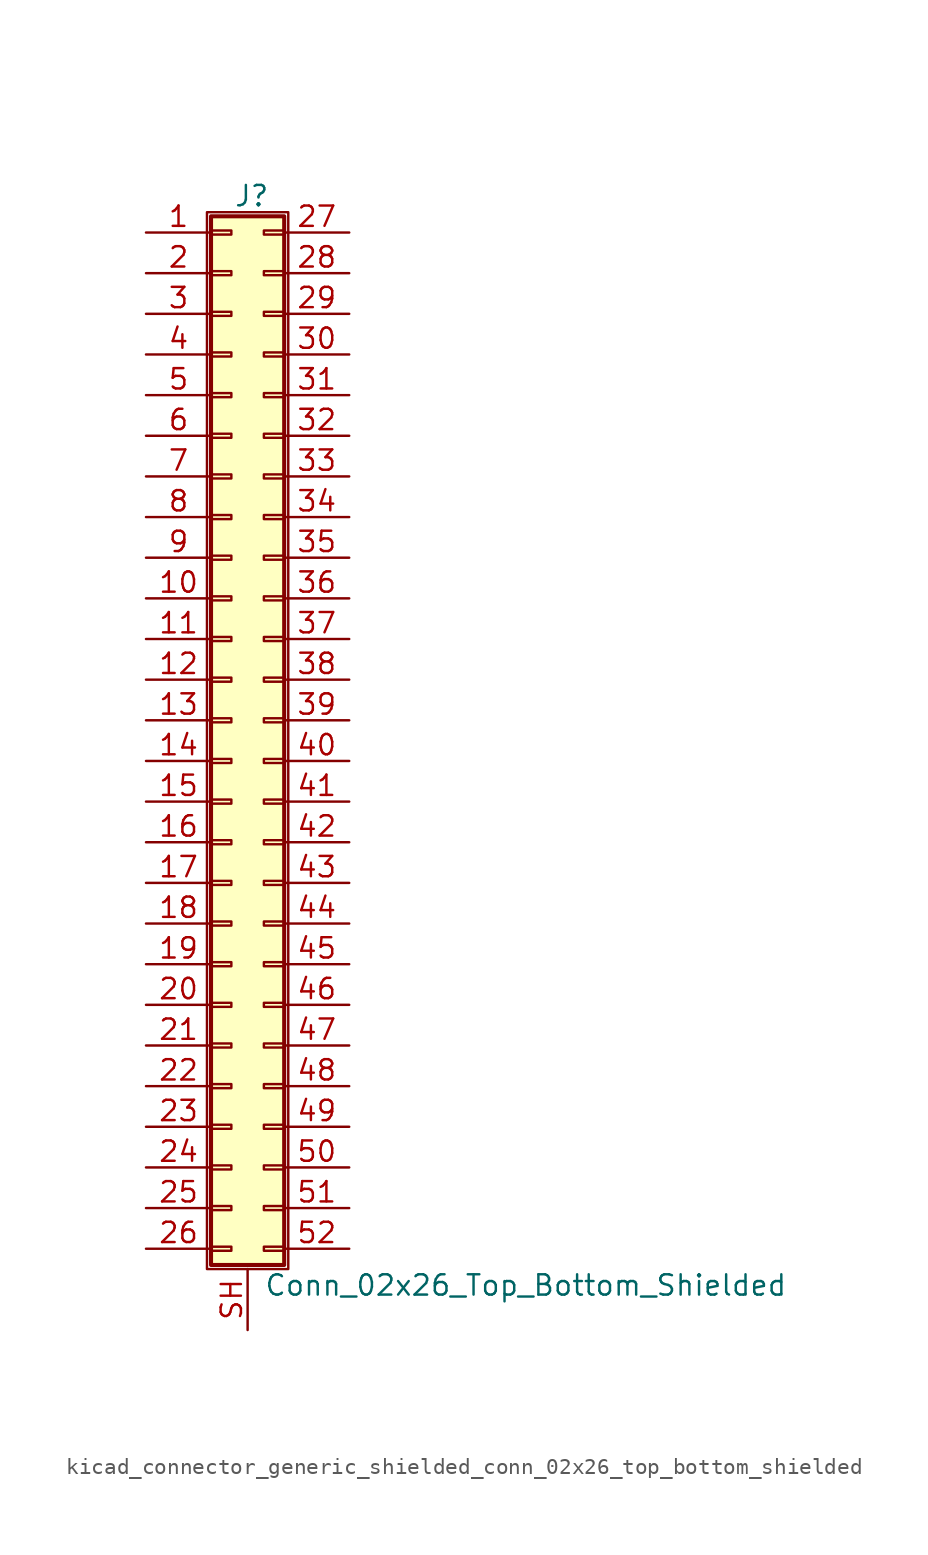
<source format=kicad_sym>
(kicad_symbol_lib
  (version 20220914)
  (generator kicad_symbol_editor)
  (symbol "kicad_connector_generic_shielded_conn_02x26_top_bottom_shielded"
    (pin_names
      (offset 1.016) hide)
    (property "Reference" "J"
      (at 1.524 32.766 0)
      (effects (font (size 1.27 1.27))))
    (property "Value" "Conn_02x26_Top_Bottom_Shielded"
      (at 2.286 -35.306 0)
      (effects (font (size 1.27 1.27)) (justify left)))
    (symbol "kicad_connector_generic_shielded_conn_02x26_top_bottom_shielded_1_1"
      (rectangle (start -1.27 31.75) (end 3.81 -34.29) (stroke (width 0.152) (type default)) (fill (type none)))
      (rectangle (start -1.016 -32.893) (end 0.254 -33.147) (stroke (width 0.152) (type default)) (fill (type none)))
      (rectangle (start -1.016 -30.353) (end 0.254 -30.607) (stroke (width 0.152) (type default)) (fill (type none)))
      (rectangle (start -1.016 -27.813) (end 0.254 -28.067) (stroke (width 0.152) (type default)) (fill (type none)))
      (rectangle (start -1.016 -25.273) (end 0.254 -25.527) (stroke (width 0.152) (type default)) (fill (type none)))
      (rectangle (start -1.016 -22.733) (end 0.254 -22.987) (stroke (width 0.152) (type default)) (fill (type none)))
      (rectangle (start -1.016 -20.193) (end 0.254 -20.447) (stroke (width 0.152) (type default)) (fill (type none)))
      (rectangle (start -1.016 -17.653) (end 0.254 -17.907) (stroke (width 0.152) (type default)) (fill (type none)))
      (rectangle (start -1.016 -15.113) (end 0.254 -15.367) (stroke (width 0.152) (type default)) (fill (type none)))
      (rectangle (start -1.016 -12.573) (end 0.254 -12.827) (stroke (width 0.152) (type default)) (fill (type none)))
      (rectangle (start -1.016 -10.033) (end 0.254 -10.287) (stroke (width 0.152) (type default)) (fill (type none)))
      (rectangle (start -1.016 -7.493) (end 0.254 -7.747) (stroke (width 0.152) (type default)) (fill (type none)))
      (rectangle (start -1.016 -4.953) (end 0.254 -5.207) (stroke (width 0.152) (type default)) (fill (type none)))
      (rectangle (start -1.016 -2.413) (end 0.254 -2.667) (stroke (width 0.152) (type default)) (fill (type none)))
      (rectangle (start -1.016 0.127) (end 0.254 -0.127) (stroke (width 0.152) (type default)) (fill (type none)))
      (rectangle (start -1.016 2.667) (end 0.254 2.413) (stroke (width 0.152) (type default)) (fill (type none)))
      (rectangle (start -1.016 5.207) (end 0.254 4.953) (stroke (width 0.152) (type default)) (fill (type none)))
      (rectangle (start -1.016 7.747) (end 0.254 7.493) (stroke (width 0.152) (type default)) (fill (type none)))
      (rectangle (start -1.016 10.287) (end 0.254 10.033) (stroke (width 0.152) (type default)) (fill (type none)))
      (rectangle (start -1.016 12.827) (end 0.254 12.573) (stroke (width 0.152) (type default)) (fill (type none)))
      (rectangle (start -1.016 15.367) (end 0.254 15.113) (stroke (width 0.152) (type default)) (fill (type none)))
      (rectangle (start -1.016 17.907) (end 0.254 17.653) (stroke (width 0.152) (type default)) (fill (type none)))
      (rectangle (start -1.016 20.447) (end 0.254 20.193) (stroke (width 0.152) (type default)) (fill (type none)))
      (rectangle (start -1.016 22.987) (end 0.254 22.733) (stroke (width 0.152) (type default)) (fill (type none)))
      (rectangle (start -1.016 25.527) (end 0.254 25.273) (stroke (width 0.152) (type default)) (fill (type none)))
      (rectangle (start -1.016 28.067) (end 0.254 27.813) (stroke (width 0.152) (type default)) (fill (type none)))
      (rectangle (start -1.016 30.607) (end 0.254 30.353) (stroke (width 0.152) (type default)) (fill (type none)))
      (rectangle (start -1.016 31.496) (end 3.556 -34.036) (stroke (width 0.254) (type default)) (fill (type background)))
      (rectangle (start 3.556 -32.893) (end 2.286 -33.147) (stroke (width 0.152) (type default)) (fill (type none)))
      (rectangle (start 3.556 -30.353) (end 2.286 -30.607) (stroke (width 0.152) (type default)) (fill (type none)))
      (rectangle (start 3.556 -27.813) (end 2.286 -28.067) (stroke (width 0.152) (type default)) (fill (type none)))
      (rectangle (start 3.556 -25.273) (end 2.286 -25.527) (stroke (width 0.152) (type default)) (fill (type none)))
      (rectangle (start 3.556 -22.733) (end 2.286 -22.987) (stroke (width 0.152) (type default)) (fill (type none)))
      (rectangle (start 3.556 -20.193) (end 2.286 -20.447) (stroke (width 0.152) (type default)) (fill (type none)))
      (rectangle (start 3.556 -17.653) (end 2.286 -17.907) (stroke (width 0.152) (type default)) (fill (type none)))
      (rectangle (start 3.556 -15.113) (end 2.286 -15.367) (stroke (width 0.152) (type default)) (fill (type none)))
      (rectangle (start 3.556 -12.573) (end 2.286 -12.827) (stroke (width 0.152) (type default)) (fill (type none)))
      (rectangle (start 3.556 -10.033) (end 2.286 -10.287) (stroke (width 0.152) (type default)) (fill (type none)))
      (rectangle (start 3.556 -7.493) (end 2.286 -7.747) (stroke (width 0.152) (type default)) (fill (type none)))
      (rectangle (start 3.556 -4.953) (end 2.286 -5.207) (stroke (width 0.152) (type default)) (fill (type none)))
      (rectangle (start 3.556 -2.413) (end 2.286 -2.667) (stroke (width 0.152) (type default)) (fill (type none)))
      (rectangle (start 3.556 0.127) (end 2.286 -0.127) (stroke (width 0.152) (type default)) (fill (type none)))
      (rectangle (start 3.556 2.667) (end 2.286 2.413) (stroke (width 0.152) (type default)) (fill (type none)))
      (rectangle (start 3.556 5.207) (end 2.286 4.953) (stroke (width 0.152) (type default)) (fill (type none)))
      (rectangle (start 3.556 7.747) (end 2.286 7.493) (stroke (width 0.152) (type default)) (fill (type none)))
      (rectangle (start 3.556 10.287) (end 2.286 10.033) (stroke (width 0.152) (type default)) (fill (type none)))
      (rectangle (start 3.556 12.827) (end 2.286 12.573) (stroke (width 0.152) (type default)) (fill (type none)))
      (rectangle (start 3.556 15.367) (end 2.286 15.113) (stroke (width 0.152) (type default)) (fill (type none)))
      (rectangle (start 3.556 17.907) (end 2.286 17.653) (stroke (width 0.152) (type default)) (fill (type none)))
      (rectangle (start 3.556 20.447) (end 2.286 20.193) (stroke (width 0.152) (type default)) (fill (type none)))
      (rectangle (start 3.556 22.987) (end 2.286 22.733) (stroke (width 0.152) (type default)) (fill (type none)))
      (rectangle (start 3.556 25.527) (end 2.286 25.273) (stroke (width 0.152) (type default)) (fill (type none)))
      (rectangle (start 3.556 28.067) (end 2.286 27.813) (stroke (width 0.152) (type default)) (fill (type none)))
      (rectangle (start 3.556 30.607) (end 2.286 30.353) (stroke (width 0.152) (type default)) (fill (type none)))
      (pin passive line (at -5.08 30.48 0) (length 4.064) (name "Pin_1" (effects (font (size 1.27 1.27)))) (number "1" (effects (font (size 1.27 1.27)))))
      (pin passive line (at -5.08 7.62 0) (length 4.064) (name "Pin_10" (effects (font (size 1.27 1.27)))) (number "10" (effects (font (size 1.27 1.27)))))
      (pin passive line (at -5.08 5.08 0) (length 4.064) (name "Pin_11" (effects (font (size 1.27 1.27)))) (number "11" (effects (font (size 1.27 1.27)))))
      (pin passive line (at -5.08 2.54 0) (length 4.064) (name "Pin_12" (effects (font (size 1.27 1.27)))) (number "12" (effects (font (size 1.27 1.27)))))
      (pin passive line (at -5.08 0 0) (length 4.064) (name "Pin_13" (effects (font (size 1.27 1.27)))) (number "13" (effects (font (size 1.27 1.27)))))
      (pin passive line (at -5.08 -2.54 0) (length 4.064) (name "Pin_14" (effects (font (size 1.27 1.27)))) (number "14" (effects (font (size 1.27 1.27)))))
      (pin passive line (at -5.08 -5.08 0) (length 4.064) (name "Pin_15" (effects (font (size 1.27 1.27)))) (number "15" (effects (font (size 1.27 1.27)))))
      (pin passive line (at -5.08 -7.62 0) (length 4.064) (name "Pin_16" (effects (font (size 1.27 1.27)))) (number "16" (effects (font (size 1.27 1.27)))))
      (pin passive line (at -5.08 -10.16 0) (length 4.064) (name "Pin_17" (effects (font (size 1.27 1.27)))) (number "17" (effects (font (size 1.27 1.27)))))
      (pin passive line (at -5.08 -12.7 0) (length 4.064) (name "Pin_18" (effects (font (size 1.27 1.27)))) (number "18" (effects (font (size 1.27 1.27)))))
      (pin passive line (at -5.08 -15.24 0) (length 4.064) (name "Pin_19" (effects (font (size 1.27 1.27)))) (number "19" (effects (font (size 1.27 1.27)))))
      (pin passive line (at -5.08 27.94 0) (length 4.064) (name "Pin_2" (effects (font (size 1.27 1.27)))) (number "2" (effects (font (size 1.27 1.27)))))
      (pin passive line (at -5.08 -17.78 0) (length 4.064) (name "Pin_20" (effects (font (size 1.27 1.27)))) (number "20" (effects (font (size 1.27 1.27)))))
      (pin passive line (at -5.08 -20.32 0) (length 4.064) (name "Pin_21" (effects (font (size 1.27 1.27)))) (number "21" (effects (font (size 1.27 1.27)))))
      (pin passive line (at -5.08 -22.86 0) (length 4.064) (name "Pin_22" (effects (font (size 1.27 1.27)))) (number "22" (effects (font (size 1.27 1.27)))))
      (pin passive line (at -5.08 -25.4 0) (length 4.064) (name "Pin_23" (effects (font (size 1.27 1.27)))) (number "23" (effects (font (size 1.27 1.27)))))
      (pin passive line (at -5.08 -27.94 0) (length 4.064) (name "Pin_24" (effects (font (size 1.27 1.27)))) (number "24" (effects (font (size 1.27 1.27)))))
      (pin passive line (at -5.08 -30.48 0) (length 4.064) (name "Pin_25" (effects (font (size 1.27 1.27)))) (number "25" (effects (font (size 1.27 1.27)))))
      (pin passive line (at -5.08 -33.02 0) (length 4.064) (name "Pin_26" (effects (font (size 1.27 1.27)))) (number "26" (effects (font (size 1.27 1.27)))))
      (pin passive line (at 7.62 30.48 180) (length 4.064) (name "Pin_27" (effects (font (size 1.27 1.27)))) (number "27" (effects (font (size 1.27 1.27)))))
      (pin passive line (at 7.62 27.94 180) (length 4.064) (name "Pin_28" (effects (font (size 1.27 1.27)))) (number "28" (effects (font (size 1.27 1.27)))))
      (pin passive line (at 7.62 25.4 180) (length 4.064) (name "Pin_29" (effects (font (size 1.27 1.27)))) (number "29" (effects (font (size 1.27 1.27)))))
      (pin passive line (at -5.08 25.4 0) (length 4.064) (name "Pin_3" (effects (font (size 1.27 1.27)))) (number "3" (effects (font (size 1.27 1.27)))))
      (pin passive line (at 7.62 22.86 180) (length 4.064) (name "Pin_30" (effects (font (size 1.27 1.27)))) (number "30" (effects (font (size 1.27 1.27)))))
      (pin passive line (at 7.62 20.32 180) (length 4.064) (name "Pin_31" (effects (font (size 1.27 1.27)))) (number "31" (effects (font (size 1.27 1.27)))))
      (pin passive line (at 7.62 17.78 180) (length 4.064) (name "Pin_32" (effects (font (size 1.27 1.27)))) (number "32" (effects (font (size 1.27 1.27)))))
      (pin passive line (at 7.62 15.24 180) (length 4.064) (name "Pin_33" (effects (font (size 1.27 1.27)))) (number "33" (effects (font (size 1.27 1.27)))))
      (pin passive line (at 7.62 12.7 180) (length 4.064) (name "Pin_34" (effects (font (size 1.27 1.27)))) (number "34" (effects (font (size 1.27 1.27)))))
      (pin passive line (at 7.62 10.16 180) (length 4.064) (name "Pin_35" (effects (font (size 1.27 1.27)))) (number "35" (effects (font (size 1.27 1.27)))))
      (pin passive line (at 7.62 7.62 180) (length 4.064) (name "Pin_36" (effects (font (size 1.27 1.27)))) (number "36" (effects (font (size 1.27 1.27)))))
      (pin passive line (at 7.62 5.08 180) (length 4.064) (name "Pin_37" (effects (font (size 1.27 1.27)))) (number "37" (effects (font (size 1.27 1.27)))))
      (pin passive line (at 7.62 2.54 180) (length 4.064) (name "Pin_38" (effects (font (size 1.27 1.27)))) (number "38" (effects (font (size 1.27 1.27)))))
      (pin passive line (at 7.62 0 180) (length 4.064) (name "Pin_39" (effects (font (size 1.27 1.27)))) (number "39" (effects (font (size 1.27 1.27)))))
      (pin passive line (at -5.08 22.86 0) (length 4.064) (name "Pin_4" (effects (font (size 1.27 1.27)))) (number "4" (effects (font (size 1.27 1.27)))))
      (pin passive line (at 7.62 -2.54 180) (length 4.064) (name "Pin_40" (effects (font (size 1.27 1.27)))) (number "40" (effects (font (size 1.27 1.27)))))
      (pin passive line (at 7.62 -5.08 180) (length 4.064) (name "Pin_41" (effects (font (size 1.27 1.27)))) (number "41" (effects (font (size 1.27 1.27)))))
      (pin passive line (at 7.62 -7.62 180) (length 4.064) (name "Pin_42" (effects (font (size 1.27 1.27)))) (number "42" (effects (font (size 1.27 1.27)))))
      (pin passive line (at 7.62 -10.16 180) (length 4.064) (name "Pin_43" (effects (font (size 1.27 1.27)))) (number "43" (effects (font (size 1.27 1.27)))))
      (pin passive line (at 7.62 -12.7 180) (length 4.064) (name "Pin_44" (effects (font (size 1.27 1.27)))) (number "44" (effects (font (size 1.27 1.27)))))
      (pin passive line (at 7.62 -15.24 180) (length 4.064) (name "Pin_45" (effects (font (size 1.27 1.27)))) (number "45" (effects (font (size 1.27 1.27)))))
      (pin passive line (at 7.62 -17.78 180) (length 4.064) (name "Pin_46" (effects (font (size 1.27 1.27)))) (number "46" (effects (font (size 1.27 1.27)))))
      (pin passive line (at 7.62 -20.32 180) (length 4.064) (name "Pin_47" (effects (font (size 1.27 1.27)))) (number "47" (effects (font (size 1.27 1.27)))))
      (pin passive line (at 7.62 -22.86 180) (length 4.064) (name "Pin_48" (effects (font (size 1.27 1.27)))) (number "48" (effects (font (size 1.27 1.27)))))
      (pin passive line (at 7.62 -25.4 180) (length 4.064) (name "Pin_49" (effects (font (size 1.27 1.27)))) (number "49" (effects (font (size 1.27 1.27)))))
      (pin passive line (at -5.08 20.32 0) (length 4.064) (name "Pin_5" (effects (font (size 1.27 1.27)))) (number "5" (effects (font (size 1.27 1.27)))))
      (pin passive line (at 7.62 -27.94 180) (length 4.064) (name "Pin_50" (effects (font (size 1.27 1.27)))) (number "50" (effects (font (size 1.27 1.27)))))
      (pin passive line (at 7.62 -30.48 180) (length 4.064) (name "Pin_51" (effects (font (size 1.27 1.27)))) (number "51" (effects (font (size 1.27 1.27)))))
      (pin passive line (at 7.62 -33.02 180) (length 4.064) (name "Pin_52" (effects (font (size 1.27 1.27)))) (number "52" (effects (font (size 1.27 1.27)))))
      (pin passive line (at -5.08 17.78 0) (length 4.064) (name "Pin_6" (effects (font (size 1.27 1.27)))) (number "6" (effects (font (size 1.27 1.27)))))
      (pin passive line (at -5.08 15.24 0) (length 4.064) (name "Pin_7" (effects (font (size 1.27 1.27)))) (number "7" (effects (font (size 1.27 1.27)))))
      (pin passive line (at -5.08 12.7 0) (length 4.064) (name "Pin_8" (effects (font (size 1.27 1.27)))) (number "8" (effects (font (size 1.27 1.27)))))
      (pin passive line (at -5.08 10.16 0) (length 4.064) (name "Pin_9" (effects (font (size 1.27 1.27)))) (number "9" (effects (font (size 1.27 1.27)))))
      (pin passive line (at 1.27 -38.1 90) (length 3.81) (name "Shield" (effects (font (size 1.27 1.27)))) (number "SH" (effects (font (size 1.27 1.27))))))))
</source>
